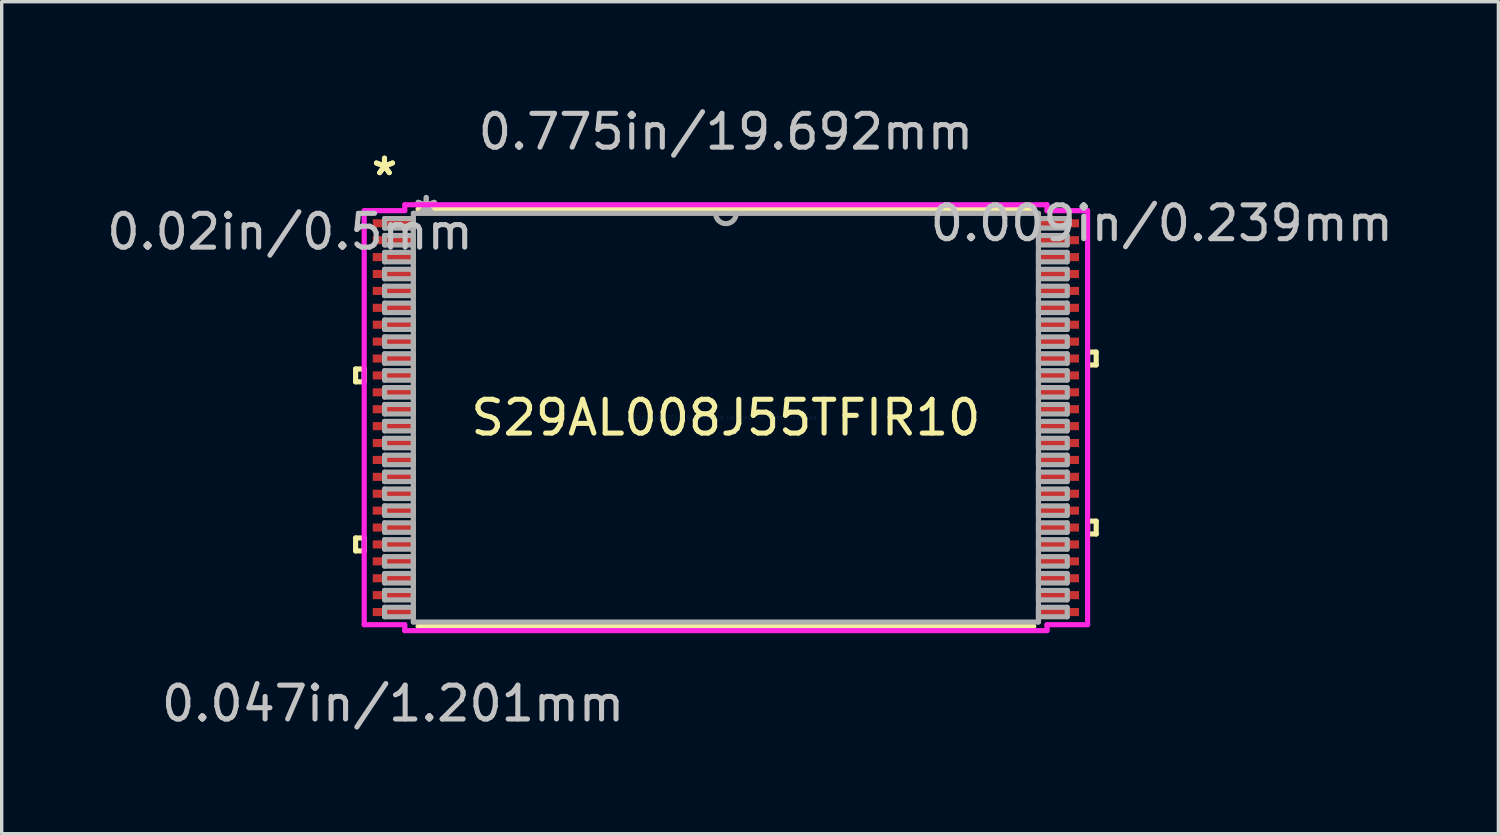
<source format=kicad_pcb>
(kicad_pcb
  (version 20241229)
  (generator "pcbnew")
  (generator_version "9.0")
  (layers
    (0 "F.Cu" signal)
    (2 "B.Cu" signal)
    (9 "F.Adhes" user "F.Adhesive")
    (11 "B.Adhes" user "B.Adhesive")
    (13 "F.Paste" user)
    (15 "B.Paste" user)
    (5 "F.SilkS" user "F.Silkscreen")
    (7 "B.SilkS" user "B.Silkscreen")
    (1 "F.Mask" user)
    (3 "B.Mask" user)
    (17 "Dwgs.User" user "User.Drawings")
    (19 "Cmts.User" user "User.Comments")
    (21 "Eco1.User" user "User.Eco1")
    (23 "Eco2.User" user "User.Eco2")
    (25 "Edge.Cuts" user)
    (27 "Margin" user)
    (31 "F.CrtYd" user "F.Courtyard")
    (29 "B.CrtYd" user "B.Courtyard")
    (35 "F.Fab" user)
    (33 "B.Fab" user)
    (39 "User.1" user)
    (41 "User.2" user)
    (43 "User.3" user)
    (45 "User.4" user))
  (footprint "S29AL008J55TFIR10"
    (layer "F.Cu")
    (at 18.424 9.306)
    (property "Reference" "S29AL008J55TFIR10" (at 0 0 0) (layer "F.SilkS") (effects (font (size 1 1) (thickness 0.15))))
    (attr through_hole)
    (fp_line (start -10.954 -1.44) (end -10.954 -1.06) (stroke (width 0.152) (type solid)) (layer "F.SilkS"))
    (fp_line (start -10.954 -1.06) (end -10.7 -1.06) (stroke (width 0.152) (type solid)) (layer "F.SilkS"))
    (fp_line (start -10.954 3.559) (end -10.954 3.941) (stroke (width 0.152) (type solid)) (layer "F.SilkS"))
    (fp_line (start -10.954 3.941) (end -10.7 3.941) (stroke (width 0.152) (type solid)) (layer "F.SilkS"))
    (fp_line (start -10.7 -1.44) (end -10.954 -1.44) (stroke (width 0.152) (type solid)) (layer "F.SilkS"))
    (fp_line (start -10.7 -1.06) (end -10.7 -1.44) (stroke (width 0.152) (type solid)) (layer "F.SilkS"))
    (fp_line (start -10.7 3.559) (end -10.954 3.559) (stroke (width 0.152) (type solid)) (layer "F.SilkS"))
    (fp_line (start -10.7 3.941) (end -10.7 3.559) (stroke (width 0.152) (type solid)) (layer "F.SilkS"))
    (fp_line (start -9.107 6.172) (end 9.107 6.172) (stroke (width 0.152) (type solid)) (layer "F.SilkS"))
    (fp_line (start 9.107 -6.172) (end -9.107 -6.172) (stroke (width 0.152) (type solid)) (layer "F.SilkS"))
    (fp_line (start 10.7 -1.941) (end 10.954 -1.941) (stroke (width 0.152) (type solid)) (layer "F.SilkS"))
    (fp_line (start 10.7 -1.56) (end 10.7 -1.941) (stroke (width 0.152) (type solid)) (layer "F.SilkS"))
    (fp_line (start 10.7 3.06) (end 10.954 3.06) (stroke (width 0.152) (type solid)) (layer "F.SilkS"))
    (fp_line (start 10.7 3.441) (end 10.7 3.06) (stroke (width 0.152) (type solid)) (layer "F.SilkS"))
    (fp_line (start 10.954 -1.941) (end 10.954 -1.56) (stroke (width 0.152) (type solid)) (layer "F.SilkS"))
    (fp_line (start 10.954 -1.56) (end 10.7 -1.56) (stroke (width 0.152) (type solid)) (layer "F.SilkS"))
    (fp_line (start 10.954 3.06) (end 10.954 3.441) (stroke (width 0.152) (type solid)) (layer "F.SilkS"))
    (fp_line (start 10.954 3.441) (end 10.7 3.441) (stroke (width 0.152) (type solid)) (layer "F.SilkS"))
    (fp_line (start -10.7 -6.124) (end -9.5 -6.124) (stroke (width 0.152) (type solid)) (layer "F.CrtYd"))
    (fp_line (start -10.7 6.124) (end -10.7 -6.124) (stroke (width 0.152) (type solid)) (layer "F.CrtYd"))
    (fp_line (start -9.5 -6.299) (end 9.5 -6.299) (stroke (width 0.152) (type solid)) (layer "F.CrtYd"))
    (fp_line (start -9.5 -6.124) (end -9.5 -6.299) (stroke (width 0.152) (type solid)) (layer "F.CrtYd"))
    (fp_line (start -9.5 6.124) (end -10.7 6.124) (stroke (width 0.152) (type solid)) (layer "F.CrtYd"))
    (fp_line (start -9.5 6.299) (end -9.5 6.124) (stroke (width 0.152) (type solid)) (layer "F.CrtYd"))
    (fp_line (start 9.5 -6.299) (end 9.5 -6.124) (stroke (width 0.152) (type solid)) (layer "F.CrtYd"))
    (fp_line (start 9.5 -6.124) (end 10.7 -6.124) (stroke (width 0.152) (type solid)) (layer "F.CrtYd"))
    (fp_line (start 9.5 6.124) (end 9.5 6.299) (stroke (width 0.152) (type solid)) (layer "F.CrtYd"))
    (fp_line (start 9.5 6.299) (end -9.5 6.299) (stroke (width 0.152) (type solid)) (layer "F.CrtYd"))
    (fp_line (start 10.7 -6.124) (end 10.7 6.124) (stroke (width 0.152) (type solid)) (layer "F.CrtYd"))
    (fp_line (start 10.7 6.124) (end 9.5 6.124) (stroke (width 0.152) (type solid)) (layer "F.CrtYd"))
    (fp_line (start -10.097 -5.89) (end -10.097 -5.61) (stroke (width 0.152) (type solid)) (layer "F.Fab"))
    (fp_line (start -10.097 -5.61) (end -9.246 -5.61) (stroke (width 0.152) (type solid)) (layer "F.Fab"))
    (fp_line (start -10.097 -5.39) (end -10.097 -5.11) (stroke (width 0.152) (type solid)) (layer "F.Fab"))
    (fp_line (start -10.097 -5.11) (end -9.246 -5.11) (stroke (width 0.152) (type solid)) (layer "F.Fab"))
    (fp_line (start -10.097 -4.89) (end -10.097 -4.61) (stroke (width 0.152) (type solid)) (layer "F.Fab"))
    (fp_line (start -10.097 -4.61) (end -9.246 -4.61) (stroke (width 0.152) (type solid)) (layer "F.Fab"))
    (fp_line (start -10.097 -4.39) (end -10.097 -4.11) (stroke (width 0.152) (type solid)) (layer "F.Fab"))
    (fp_line (start -10.097 -4.11) (end -9.246 -4.11) (stroke (width 0.152) (type solid)) (layer "F.Fab"))
    (fp_line (start -10.097 -3.89) (end -10.097 -3.61) (stroke (width 0.152) (type solid)) (layer "F.Fab"))
    (fp_line (start -10.097 -3.61) (end -9.246 -3.61) (stroke (width 0.152) (type solid)) (layer "F.Fab"))
    (fp_line (start -10.097 -3.39) (end -10.097 -3.11) (stroke (width 0.152) (type solid)) (layer "F.Fab"))
    (fp_line (start -10.097 -3.11) (end -9.246 -3.11) (stroke (width 0.152) (type solid)) (layer "F.Fab"))
    (fp_line (start -10.097 -2.89) (end -10.097 -2.61) (stroke (width 0.152) (type solid)) (layer "F.Fab"))
    (fp_line (start -10.097 -2.61) (end -9.246 -2.61) (stroke (width 0.152) (type solid)) (layer "F.Fab"))
    (fp_line (start -10.097 -2.39) (end -10.097 -2.11) (stroke (width 0.152) (type solid)) (layer "F.Fab"))
    (fp_line (start -10.097 -2.11) (end -9.246 -2.11) (stroke (width 0.152) (type solid)) (layer "F.Fab"))
    (fp_line (start -10.097 -1.89) (end -10.097 -1.61) (stroke (width 0.152) (type solid)) (layer "F.Fab"))
    (fp_line (start -10.097 -1.61) (end -9.246 -1.61) (stroke (width 0.152) (type solid)) (layer "F.Fab"))
    (fp_line (start -10.097 -1.39) (end -10.097 -1.11) (stroke (width 0.152) (type solid)) (layer "F.Fab"))
    (fp_line (start -10.097 -1.11) (end -9.246 -1.11) (stroke (width 0.152) (type solid)) (layer "F.Fab"))
    (fp_line (start -10.097 -0.89) (end -10.097 -0.61) (stroke (width 0.152) (type solid)) (layer "F.Fab"))
    (fp_line (start -10.097 -0.61) (end -9.246 -0.61) (stroke (width 0.152) (type solid)) (layer "F.Fab"))
    (fp_line (start -10.097 -0.39) (end -10.097 -0.11) (stroke (width 0.152) (type solid)) (layer "F.Fab"))
    (fp_line (start -10.097 -0.11) (end -9.246 -0.11) (stroke (width 0.152) (type solid)) (layer "F.Fab"))
    (fp_line (start -10.097 0.11) (end -10.097 0.39) (stroke (width 0.152) (type solid)) (layer "F.Fab"))
    (fp_line (start -10.097 0.39) (end -9.246 0.39) (stroke (width 0.152) (type solid)) (layer "F.Fab"))
    (fp_line (start -10.097 0.61) (end -10.097 0.89) (stroke (width 0.152) (type solid)) (layer "F.Fab"))
    (fp_line (start -10.097 0.89) (end -9.246 0.89) (stroke (width 0.152) (type solid)) (layer "F.Fab"))
    (fp_line (start -10.097 1.11) (end -10.097 1.39) (stroke (width 0.152) (type solid)) (layer "F.Fab"))
    (fp_line (start -10.097 1.39) (end -9.246 1.39) (stroke (width 0.152) (type solid)) (layer "F.Fab"))
    (fp_line (start -10.097 1.61) (end -10.097 1.89) (stroke (width 0.152) (type solid)) (layer "F.Fab"))
    (fp_line (start -10.097 1.89) (end -9.246 1.89) (stroke (width 0.152) (type solid)) (layer "F.Fab"))
    (fp_line (start -10.097 2.11) (end -10.097 2.39) (stroke (width 0.152) (type solid)) (layer "F.Fab"))
    (fp_line (start -10.097 2.39) (end -9.246 2.39) (stroke (width 0.152) (type solid)) (layer "F.Fab"))
    (fp_line (start -10.097 2.61) (end -10.097 2.89) (stroke (width 0.152) (type solid)) (layer "F.Fab"))
    (fp_line (start -10.097 2.89) (end -9.246 2.89) (stroke (width 0.152) (type solid)) (layer "F.Fab"))
    (fp_line (start -10.097 3.11) (end -10.097 3.39) (stroke (width 0.152) (type solid)) (layer "F.Fab"))
    (fp_line (start -10.097 3.39) (end -9.246 3.39) (stroke (width 0.152) (type solid)) (layer "F.Fab"))
    (fp_line (start -10.097 3.61) (end -10.097 3.89) (stroke (width 0.152) (type solid)) (layer "F.Fab"))
    (fp_line (start -10.097 3.89) (end -9.246 3.89) (stroke (width 0.152) (type solid)) (layer "F.Fab"))
    (fp_line (start -10.097 4.11) (end -10.097 4.39) (stroke (width 0.152) (type solid)) (layer "F.Fab"))
    (fp_line (start -10.097 4.39) (end -9.246 4.39) (stroke (width 0.152) (type solid)) (layer "F.Fab"))
    (fp_line (start -10.097 4.61) (end -10.097 4.89) (stroke (width 0.152) (type solid)) (layer "F.Fab"))
    (fp_line (start -10.097 4.89) (end -9.246 4.89) (stroke (width 0.152) (type solid)) (layer "F.Fab"))
    (fp_line (start -10.097 5.11) (end -10.097 5.39) (stroke (width 0.152) (type solid)) (layer "F.Fab"))
    (fp_line (start -10.097 5.39) (end -9.246 5.39) (stroke (width 0.152) (type solid)) (layer "F.Fab"))
    (fp_line (start -10.097 5.61) (end -10.097 5.89) (stroke (width 0.152) (type solid)) (layer "F.Fab"))
    (fp_line (start -10.097 5.89) (end -9.246 5.89) (stroke (width 0.152) (type solid)) (layer "F.Fab"))
    (fp_line (start -9.246 -6.045) (end -9.246 6.045) (stroke (width 0.152) (type solid)) (layer "F.Fab"))
    (fp_line (start -9.246 -5.89) (end -10.097 -5.89) (stroke (width 0.152) (type solid)) (layer "F.Fab"))
    (fp_line (start -9.246 -5.61) (end -9.246 -5.89) (stroke (width 0.152) (type solid)) (layer "F.Fab"))
    (fp_line (start -9.246 -5.39) (end -10.097 -5.39) (stroke (width 0.152) (type solid)) (layer "F.Fab"))
    (fp_line (start -9.246 -5.11) (end -9.246 -5.39) (stroke (width 0.152) (type solid)) (layer "F.Fab"))
    (fp_line (start -9.246 -4.89) (end -10.097 -4.89) (stroke (width 0.152) (type solid)) (layer "F.Fab"))
    (fp_line (start -9.246 -4.61) (end -9.246 -4.89) (stroke (width 0.152) (type solid)) (layer "F.Fab"))
    (fp_line (start -9.246 -4.39) (end -10.097 -4.39) (stroke (width 0.152) (type solid)) (layer "F.Fab"))
    (fp_line (start -9.246 -4.11) (end -9.246 -4.39) (stroke (width 0.152) (type solid)) (layer "F.Fab"))
    (fp_line (start -9.246 -3.89) (end -10.097 -3.89) (stroke (width 0.152) (type solid)) (layer "F.Fab"))
    (fp_line (start -9.246 -3.61) (end -9.246 -3.89) (stroke (width 0.152) (type solid)) (layer "F.Fab"))
    (fp_line (start -9.246 -3.39) (end -10.097 -3.39) (stroke (width 0.152) (type solid)) (layer "F.Fab"))
    (fp_line (start -9.246 -3.11) (end -9.246 -3.39) (stroke (width 0.152) (type solid)) (layer "F.Fab"))
    (fp_line (start -9.246 -2.89) (end -10.097 -2.89) (stroke (width 0.152) (type solid)) (layer "F.Fab"))
    (fp_line (start -9.246 -2.61) (end -9.246 -2.89) (stroke (width 0.152) (type solid)) (layer "F.Fab"))
    (fp_line (start -9.246 -2.39) (end -10.097 -2.39) (stroke (width 0.152) (type solid)) (layer "F.Fab"))
    (fp_line (start -9.246 -2.11) (end -9.246 -2.39) (stroke (width 0.152) (type solid)) (layer "F.Fab"))
    (fp_line (start -9.246 -1.89) (end -10.097 -1.89) (stroke (width 0.152) (type solid)) (layer "F.Fab"))
    (fp_line (start -9.246 -1.61) (end -9.246 -1.89) (stroke (width 0.152) (type solid)) (layer "F.Fab"))
    (fp_line (start -9.246 -1.39) (end -10.097 -1.39) (stroke (width 0.152) (type solid)) (layer "F.Fab"))
    (fp_line (start -9.246 -1.11) (end -9.246 -1.39) (stroke (width 0.152) (type solid)) (layer "F.Fab"))
    (fp_line (start -9.246 -0.89) (end -10.097 -0.89) (stroke (width 0.152) (type solid)) (layer "F.Fab"))
    (fp_line (start -9.246 -0.61) (end -9.246 -0.89) (stroke (width 0.152) (type solid)) (layer "F.Fab"))
    (fp_line (start -9.246 -0.39) (end -10.097 -0.39) (stroke (width 0.152) (type solid)) (layer "F.Fab"))
    (fp_line (start -9.246 -0.11) (end -9.246 -0.39) (stroke (width 0.152) (type solid)) (layer "F.Fab"))
    (fp_line (start -9.246 0.11) (end -10.097 0.11) (stroke (width 0.152) (type solid)) (layer "F.Fab"))
    (fp_line (start -9.246 0.39) (end -9.246 0.11) (stroke (width 0.152) (type solid)) (layer "F.Fab"))
    (fp_line (start -9.246 0.61) (end -10.097 0.61) (stroke (width 0.152) (type solid)) (layer "F.Fab"))
    (fp_line (start -9.246 0.89) (end -9.246 0.61) (stroke (width 0.152) (type solid)) (layer "F.Fab"))
    (fp_line (start -9.246 1.11) (end -10.097 1.11) (stroke (width 0.152) (type solid)) (layer "F.Fab"))
    (fp_line (start -9.246 1.39) (end -9.246 1.11) (stroke (width 0.152) (type solid)) (layer "F.Fab"))
    (fp_line (start -9.246 1.61) (end -10.097 1.61) (stroke (width 0.152) (type solid)) (layer "F.Fab"))
    (fp_line (start -9.246 1.89) (end -9.246 1.61) (stroke (width 0.152) (type solid)) (layer "F.Fab"))
    (fp_line (start -9.246 2.11) (end -10.097 2.11) (stroke (width 0.152) (type solid)) (layer "F.Fab"))
    (fp_line (start -9.246 2.39) (end -9.246 2.11) (stroke (width 0.152) (type solid)) (layer "F.Fab"))
    (fp_line (start -9.246 2.61) (end -10.097 2.61) (stroke (width 0.152) (type solid)) (layer "F.Fab"))
    (fp_line (start -9.246 2.89) (end -9.246 2.61) (stroke (width 0.152) (type solid)) (layer "F.Fab"))
    (fp_line (start -9.246 3.11) (end -10.097 3.11) (stroke (width 0.152) (type solid)) (layer "F.Fab"))
    (fp_line (start -9.246 3.39) (end -9.246 3.11) (stroke (width 0.152) (type solid)) (layer "F.Fab"))
    (fp_line (start -9.246 3.61) (end -10.097 3.61) (stroke (width 0.152) (type solid)) (layer "F.Fab"))
    (fp_line (start -9.246 3.89) (end -9.246 3.61) (stroke (width 0.152) (type solid)) (layer "F.Fab"))
    (fp_line (start -9.246 4.11) (end -10.097 4.11) (stroke (width 0.152) (type solid)) (layer "F.Fab"))
    (fp_line (start -9.246 4.39) (end -9.246 4.11) (stroke (width 0.152) (type solid)) (layer "F.Fab"))
    (fp_line (start -9.246 4.61) (end -10.097 4.61) (stroke (width 0.152) (type solid)) (layer "F.Fab"))
    (fp_line (start -9.246 4.89) (end -9.246 4.61) (stroke (width 0.152) (type solid)) (layer "F.Fab"))
    (fp_line (start -9.246 5.11) (end -10.097 5.11) (stroke (width 0.152) (type solid)) (layer "F.Fab"))
    (fp_line (start -9.246 5.39) (end -9.246 5.11) (stroke (width 0.152) (type solid)) (layer "F.Fab"))
    (fp_line (start -9.246 5.61) (end -10.097 5.61) (stroke (width 0.152) (type solid)) (layer "F.Fab"))
    (fp_line (start -9.246 5.89) (end -9.246 5.61) (stroke (width 0.152) (type solid)) (layer "F.Fab"))
    (fp_line (start -9.246 6.045) (end 9.246 6.045) (stroke (width 0.152) (type solid)) (layer "F.Fab"))
    (fp_line (start 9.246 -6.045) (end -9.246 -6.045) (stroke (width 0.152) (type solid)) (layer "F.Fab"))
    (fp_line (start 9.246 -5.89) (end 9.246 -5.61) (stroke (width 0.152) (type solid)) (layer "F.Fab"))
    (fp_line (start 9.246 -5.61) (end 10.097 -5.61) (stroke (width 0.152) (type solid)) (layer "F.Fab"))
    (fp_line (start 9.246 -5.39) (end 9.246 -5.11) (stroke (width 0.152) (type solid)) (layer "F.Fab"))
    (fp_line (start 9.246 -5.11) (end 10.097 -5.11) (stroke (width 0.152) (type solid)) (layer "F.Fab"))
    (fp_line (start 9.246 -4.89) (end 9.246 -4.61) (stroke (width 0.152) (type solid)) (layer "F.Fab"))
    (fp_line (start 9.246 -4.61) (end 10.097 -4.61) (stroke (width 0.152) (type solid)) (layer "F.Fab"))
    (fp_line (start 9.246 -4.39) (end 9.246 -4.11) (stroke (width 0.152) (type solid)) (layer "F.Fab"))
    (fp_line (start 9.246 -4.11) (end 10.097 -4.11) (stroke (width 0.152) (type solid)) (layer "F.Fab"))
    (fp_line (start 9.246 -3.89) (end 9.246 -3.61) (stroke (width 0.152) (type solid)) (layer "F.Fab"))
    (fp_line (start 9.246 -3.61) (end 10.097 -3.61) (stroke (width 0.152) (type solid)) (layer "F.Fab"))
    (fp_line (start 9.246 -3.39) (end 9.246 -3.11) (stroke (width 0.152) (type solid)) (layer "F.Fab"))
    (fp_line (start 9.246 -3.11) (end 10.097 -3.11) (stroke (width 0.152) (type solid)) (layer "F.Fab"))
    (fp_line (start 9.246 -2.89) (end 9.246 -2.61) (stroke (width 0.152) (type solid)) (layer "F.Fab"))
    (fp_line (start 9.246 -2.61) (end 10.097 -2.61) (stroke (width 0.152) (type solid)) (layer "F.Fab"))
    (fp_line (start 9.246 -2.39) (end 9.246 -2.11) (stroke (width 0.152) (type solid)) (layer "F.Fab"))
    (fp_line (start 9.246 -2.11) (end 10.097 -2.11) (stroke (width 0.152) (type solid)) (layer "F.Fab"))
    (fp_line (start 9.246 -1.89) (end 9.246 -1.61) (stroke (width 0.152) (type solid)) (layer "F.Fab"))
    (fp_line (start 9.246 -1.61) (end 10.097 -1.61) (stroke (width 0.152) (type solid)) (layer "F.Fab"))
    (fp_line (start 9.246 -1.39) (end 9.246 -1.11) (stroke (width 0.152) (type solid)) (layer "F.Fab"))
    (fp_line (start 9.246 -1.11) (end 10.097 -1.11) (stroke (width 0.152) (type solid)) (layer "F.Fab"))
    (fp_line (start 9.246 -0.89) (end 9.246 -0.61) (stroke (width 0.152) (type solid)) (layer "F.Fab"))
    (fp_line (start 9.246 -0.61) (end 10.097 -0.61) (stroke (width 0.152) (type solid)) (layer "F.Fab"))
    (fp_line (start 9.246 -0.39) (end 9.246 -0.11) (stroke (width 0.152) (type solid)) (layer "F.Fab"))
    (fp_line (start 9.246 -0.11) (end 10.097 -0.11) (stroke (width 0.152) (type solid)) (layer "F.Fab"))
    (fp_line (start 9.246 0.11) (end 9.246 0.39) (stroke (width 0.152) (type solid)) (layer "F.Fab"))
    (fp_line (start 9.246 0.39) (end 10.097 0.39) (stroke (width 0.152) (type solid)) (layer "F.Fab"))
    (fp_line (start 9.246 0.61) (end 9.246 0.89) (stroke (width 0.152) (type solid)) (layer "F.Fab"))
    (fp_line (start 9.246 0.89) (end 10.097 0.89) (stroke (width 0.152) (type solid)) (layer "F.Fab"))
    (fp_line (start 9.246 1.11) (end 9.246 1.39) (stroke (width 0.152) (type solid)) (layer "F.Fab"))
    (fp_line (start 9.246 1.39) (end 10.097 1.39) (stroke (width 0.152) (type solid)) (layer "F.Fab"))
    (fp_line (start 9.246 1.61) (end 9.246 1.89) (stroke (width 0.152) (type solid)) (layer "F.Fab"))
    (fp_line (start 9.246 1.89) (end 10.097 1.89) (stroke (width 0.152) (type solid)) (layer "F.Fab"))
    (fp_line (start 9.246 2.11) (end 9.246 2.39) (stroke (width 0.152) (type solid)) (layer "F.Fab"))
    (fp_line (start 9.246 2.39) (end 10.097 2.39) (stroke (width 0.152) (type solid)) (layer "F.Fab"))
    (fp_line (start 9.246 2.61) (end 9.246 2.89) (stroke (width 0.152) (type solid)) (layer "F.Fab"))
    (fp_line (start 9.246 2.89) (end 10.097 2.89) (stroke (width 0.152) (type solid)) (layer "F.Fab"))
    (fp_line (start 9.246 3.11) (end 9.246 3.39) (stroke (width 0.152) (type solid)) (layer "F.Fab"))
    (fp_line (start 9.246 3.39) (end 10.097 3.39) (stroke (width 0.152) (type solid)) (layer "F.Fab"))
    (fp_line (start 9.246 3.61) (end 9.246 3.89) (stroke (width 0.152) (type solid)) (layer "F.Fab"))
    (fp_line (start 9.246 3.89) (end 10.097 3.89) (stroke (width 0.152) (type solid)) (layer "F.Fab"))
    (fp_line (start 9.246 4.11) (end 9.246 4.39) (stroke (width 0.152) (type solid)) (layer "F.Fab"))
    (fp_line (start 9.246 4.39) (end 10.097 4.39) (stroke (width 0.152) (type solid)) (layer "F.Fab"))
    (fp_line (start 9.246 4.61) (end 9.246 4.89) (stroke (width 0.152) (type solid)) (layer "F.Fab"))
    (fp_line (start 9.246 4.89) (end 10.097 4.89) (stroke (width 0.152) (type solid)) (layer "F.Fab"))
    (fp_line (start 9.246 5.11) (end 9.246 5.39) (stroke (width 0.152) (type solid)) (layer "F.Fab"))
    (fp_line (start 9.246 5.39) (end 10.097 5.39) (stroke (width 0.152) (type solid)) (layer "F.Fab"))
    (fp_line (start 9.246 5.61) (end 9.246 5.89) (stroke (width 0.152) (type solid)) (layer "F.Fab"))
    (fp_line (start 9.246 5.89) (end 10.097 5.89) (stroke (width 0.152) (type solid)) (layer "F.Fab"))
    (fp_line (start 9.246 6.045) (end 9.246 -6.045) (stroke (width 0.152) (type solid)) (layer "F.Fab"))
    (fp_line (start 10.097 -5.89) (end 9.246 -5.89) (stroke (width 0.152) (type solid)) (layer "F.Fab"))
    (fp_line (start 10.097 -5.61) (end 10.097 -5.89) (stroke (width 0.152) (type solid)) (layer "F.Fab"))
    (fp_line (start 10.097 -5.39) (end 9.246 -5.39) (stroke (width 0.152) (type solid)) (layer "F.Fab"))
    (fp_line (start 10.097 -5.11) (end 10.097 -5.39) (stroke (width 0.152) (type solid)) (layer "F.Fab"))
    (fp_line (start 10.097 -4.89) (end 9.246 -4.89) (stroke (width 0.152) (type solid)) (layer "F.Fab"))
    (fp_line (start 10.097 -4.61) (end 10.097 -4.89) (stroke (width 0.152) (type solid)) (layer "F.Fab"))
    (fp_line (start 10.097 -4.39) (end 9.246 -4.39) (stroke (width 0.152) (type solid)) (layer "F.Fab"))
    (fp_line (start 10.097 -4.11) (end 10.097 -4.39) (stroke (width 0.152) (type solid)) (layer "F.Fab"))
    (fp_line (start 10.097 -3.89) (end 9.246 -3.89) (stroke (width 0.152) (type solid)) (layer "F.Fab"))
    (fp_line (start 10.097 -3.61) (end 10.097 -3.89) (stroke (width 0.152) (type solid)) (layer "F.Fab"))
    (fp_line (start 10.097 -3.39) (end 9.246 -3.39) (stroke (width 0.152) (type solid)) (layer "F.Fab"))
    (fp_line (start 10.097 -3.11) (end 10.097 -3.39) (stroke (width 0.152) (type solid)) (layer "F.Fab"))
    (fp_line (start 10.097 -2.89) (end 9.246 -2.89) (stroke (width 0.152) (type solid)) (layer "F.Fab"))
    (fp_line (start 10.097 -2.61) (end 10.097 -2.89) (stroke (width 0.152) (type solid)) (layer "F.Fab"))
    (fp_line (start 10.097 -2.39) (end 9.246 -2.39) (stroke (width 0.152) (type solid)) (layer "F.Fab"))
    (fp_line (start 10.097 -2.11) (end 10.097 -2.39) (stroke (width 0.152) (type solid)) (layer "F.Fab"))
    (fp_line (start 10.097 -1.89) (end 9.246 -1.89) (stroke (width 0.152) (type solid)) (layer "F.Fab"))
    (fp_line (start 10.097 -1.61) (end 10.097 -1.89) (stroke (width 0.152) (type solid)) (layer "F.Fab"))
    (fp_line (start 10.097 -1.39) (end 9.246 -1.39) (stroke (width 0.152) (type solid)) (layer "F.Fab"))
    (fp_line (start 10.097 -1.11) (end 10.097 -1.39) (stroke (width 0.152) (type solid)) (layer "F.Fab"))
    (fp_line (start 10.097 -0.89) (end 9.246 -0.89) (stroke (width 0.152) (type solid)) (layer "F.Fab"))
    (fp_line (start 10.097 -0.61) (end 10.097 -0.89) (stroke (width 0.152) (type solid)) (layer "F.Fab"))
    (fp_line (start 10.097 -0.39) (end 9.246 -0.39) (stroke (width 0.152) (type solid)) (layer "F.Fab"))
    (fp_line (start 10.097 -0.11) (end 10.097 -0.39) (stroke (width 0.152) (type solid)) (layer "F.Fab"))
    (fp_line (start 10.097 0.11) (end 9.246 0.11) (stroke (width 0.152) (type solid)) (layer "F.Fab"))
    (fp_line (start 10.097 0.39) (end 10.097 0.11) (stroke (width 0.152) (type solid)) (layer "F.Fab"))
    (fp_line (start 10.097 0.61) (end 9.246 0.61) (stroke (width 0.152) (type solid)) (layer "F.Fab"))
    (fp_line (start 10.097 0.89) (end 10.097 0.61) (stroke (width 0.152) (type solid)) (layer "F.Fab"))
    (fp_line (start 10.097 1.11) (end 9.246 1.11) (stroke (width 0.152) (type solid)) (layer "F.Fab"))
    (fp_line (start 10.097 1.39) (end 10.097 1.11) (stroke (width 0.152) (type solid)) (layer "F.Fab"))
    (fp_line (start 10.097 1.61) (end 9.246 1.61) (stroke (width 0.152) (type solid)) (layer "F.Fab"))
    (fp_line (start 10.097 1.89) (end 10.097 1.61) (stroke (width 0.152) (type solid)) (layer "F.Fab"))
    (fp_line (start 10.097 2.11) (end 9.246 2.11) (stroke (width 0.152) (type solid)) (layer "F.Fab"))
    (fp_line (start 10.097 2.39) (end 10.097 2.11) (stroke (width 0.152) (type solid)) (layer "F.Fab"))
    (fp_line (start 10.097 2.61) (end 9.246 2.61) (stroke (width 0.152) (type solid)) (layer "F.Fab"))
    (fp_line (start 10.097 2.89) (end 10.097 2.61) (stroke (width 0.152) (type solid)) (layer "F.Fab"))
    (fp_line (start 10.097 3.11) (end 9.246 3.11) (stroke (width 0.152) (type solid)) (layer "F.Fab"))
    (fp_line (start 10.097 3.39) (end 10.097 3.11) (stroke (width 0.152) (type solid)) (layer "F.Fab"))
    (fp_line (start 10.097 3.61) (end 9.246 3.61) (stroke (width 0.152) (type solid)) (layer "F.Fab"))
    (fp_line (start 10.097 3.89) (end 10.097 3.61) (stroke (width 0.152) (type solid)) (layer "F.Fab"))
    (fp_line (start 10.097 4.11) (end 9.246 4.11) (stroke (width 0.152) (type solid)) (layer "F.Fab"))
    (fp_line (start 10.097 4.39) (end 10.097 4.11) (stroke (width 0.152) (type solid)) (layer "F.Fab"))
    (fp_line (start 10.097 4.61) (end 9.246 4.61) (stroke (width 0.152) (type solid)) (layer "F.Fab"))
    (fp_line (start 10.097 4.89) (end 10.097 4.61) (stroke (width 0.152) (type solid)) (layer "F.Fab"))
    (fp_line (start 10.097 5.11) (end 9.246 5.11) (stroke (width 0.152) (type solid)) (layer "F.Fab"))
    (fp_line (start 10.097 5.39) (end 10.097 5.11) (stroke (width 0.152) (type solid)) (layer "F.Fab"))
    (fp_line (start 10.097 5.61) (end 9.246 5.61) (stroke (width 0.152) (type solid)) (layer "F.Fab"))
    (fp_line (start 10.097 5.89) (end 10.097 5.61) (stroke (width 0.152) (type solid)) (layer "F.Fab"))
    (fp_arc (start 0.3048 -6.0452) (mid 0 -5.7404) (end -0.3048 -6.0452) (stroke (width 0.1524) (type solid)) (layer "F.Fab"))
    (fp_text user "*" (at -10.1 -7.132 0) (layer "F.SilkS") (effects (font (size 1 1) (thickness 0.15))))
    (fp_text user "*" (at -10.1 -7.132 0) (layer "F.SilkS") (effects (font (size 1 1) (thickness 0.15))))
    (fp_text user "0.02in/0.5mm" (at -12.894 -5.5 0) (layer "Dwgs.User") (effects (font (size 1 1) (thickness 0.15))))
    (fp_text user "0.047in/1.201mm" (at -9.846 8.458 0) (layer "Dwgs.User") (effects (font (size 1 1) (thickness 0.15))))
    (fp_text user "0.775in/19.692mm" (at 0 -8.458 0) (layer "Dwgs.User") (effects (font (size 1 1) (thickness 0.15))))
    (fp_text user "0.009in/0.239mm" (at 12.894 -5.75 0) (layer "Dwgs.User") (effects (font (size 1 1) (thickness 0.15))))
    (fp_text user "Copyright 2016 Accelerated Designs. All rights reserved." (at 0 0 0) (layer "Cmts.User") (effects (font (size 0.127 0.127) (thickness 0.002))))
    (fp_text user "*" (at -8.865 -5.969 0) (layer "F.Fab") (effects (font (size 1 1) (thickness 0.15))))
    (fp_text user "*" (at -8.865 -5.969 0) (layer "F.Fab") (effects (font (size 1 1) (thickness 0.15))))
    (pad "1" smd rect (at -9.846 -5.75) (size 1.201 0.239) (layers "F.Cu" "F.Mask" "F.Paste"))
    (pad "2" smd rect (at -9.846 -5.25) (size 1.201 0.239) (layers "F.Cu" "F.Mask" "F.Paste"))
    (pad "3" smd rect (at -9.846 -4.75) (size 1.201 0.239) (layers "F.Cu" "F.Mask" "F.Paste"))
    (pad "4" smd rect (at -9.846 -4.25) (size 1.201 0.239) (layers "F.Cu" "F.Mask" "F.Paste"))
    (pad "5" smd rect (at -9.846 -3.75) (size 1.201 0.239) (layers "F.Cu" "F.Mask" "F.Paste"))
    (pad "6" smd rect (at -9.846 -3.25) (size 1.201 0.239) (layers "F.Cu" "F.Mask" "F.Paste"))
    (pad "7" smd rect (at -9.846 -2.75) (size 1.201 0.239) (layers "F.Cu" "F.Mask" "F.Paste"))
    (pad "8" smd rect (at -9.846 -2.25) (size 1.201 0.239) (layers "F.Cu" "F.Mask" "F.Paste"))
    (pad "9" smd rect (at -9.846 -1.75) (size 1.201 0.239) (layers "F.Cu" "F.Mask" "F.Paste"))
    (pad "10" smd rect (at -9.846 -1.25) (size 1.201 0.239) (layers "F.Cu" "F.Mask" "F.Paste"))
    (pad "11" smd rect (at -9.846 -0.75) (size 1.201 0.239) (layers "F.Cu" "F.Mask" "F.Paste"))
    (pad "12" smd rect (at -9.846 -0.25) (size 1.201 0.239) (layers "F.Cu" "F.Mask" "F.Paste"))
    (pad "13" smd rect (at -9.846 0.25) (size 1.201 0.239) (layers "F.Cu" "F.Mask" "F.Paste"))
    (pad "14" smd rect (at -9.846 0.75) (size 1.201 0.239) (layers "F.Cu" "F.Mask" "F.Paste"))
    (pad "15" smd rect (at -9.846 1.25) (size 1.201 0.239) (layers "F.Cu" "F.Mask" "F.Paste"))
    (pad "16" smd rect (at -9.846 1.75) (size 1.201 0.239) (layers "F.Cu" "F.Mask" "F.Paste"))
    (pad "17" smd rect (at -9.846 2.25) (size 1.201 0.239) (layers "F.Cu" "F.Mask" "F.Paste"))
    (pad "18" smd rect (at -9.846 2.75) (size 1.201 0.239) (layers "F.Cu" "F.Mask" "F.Paste"))
    (pad "19" smd rect (at -9.846 3.25) (size 1.201 0.239) (layers "F.Cu" "F.Mask" "F.Paste"))
    (pad "20" smd rect (at -9.846 3.75) (size 1.201 0.239) (layers "F.Cu" "F.Mask" "F.Paste"))
    (pad "21" smd rect (at -9.846 4.25) (size 1.201 0.239) (layers "F.Cu" "F.Mask" "F.Paste"))
    (pad "22" smd rect (at -9.846 4.75) (size 1.201 0.239) (layers "F.Cu" "F.Mask" "F.Paste"))
    (pad "23" smd rect (at -9.846 5.25) (size 1.201 0.239) (layers "F.Cu" "F.Mask" "F.Paste"))
    (pad "24" smd rect (at -9.846 5.75) (size 1.201 0.239) (layers "F.Cu" "F.Mask" "F.Paste"))
    (pad "25" smd rect (at 9.846 5.75) (size 1.201 0.239) (layers "F.Cu" "F.Mask" "F.Paste"))
    (pad "26" smd rect (at 9.846 5.25) (size 1.201 0.239) (layers "F.Cu" "F.Mask" "F.Paste"))
    (pad "27" smd rect (at 9.846 4.75) (size 1.201 0.239) (layers "F.Cu" "F.Mask" "F.Paste"))
    (pad "28" smd rect (at 9.846 4.25) (size 1.201 0.239) (layers "F.Cu" "F.Mask" "F.Paste"))
    (pad "29" smd rect (at 9.846 3.75) (size 1.201 0.239) (layers "F.Cu" "F.Mask" "F.Paste"))
    (pad "30" smd rect (at 9.846 3.25) (size 1.201 0.239) (layers "F.Cu" "F.Mask" "F.Paste"))
    (pad "31" smd rect (at 9.846 2.75) (size 1.201 0.239) (layers "F.Cu" "F.Mask" "F.Paste"))
    (pad "32" smd rect (at 9.846 2.25) (size 1.201 0.239) (layers "F.Cu" "F.Mask" "F.Paste"))
    (pad "33" smd rect (at 9.846 1.75) (size 1.201 0.239) (layers "F.Cu" "F.Mask" "F.Paste"))
    (pad "34" smd rect (at 9.846 1.25) (size 1.201 0.239) (layers "F.Cu" "F.Mask" "F.Paste"))
    (pad "35" smd rect (at 9.846 0.75) (size 1.201 0.239) (layers "F.Cu" "F.Mask" "F.Paste"))
    (pad "36" smd rect (at 9.846 0.25) (size 1.201 0.239) (layers "F.Cu" "F.Mask" "F.Paste"))
    (pad "37" smd rect (at 9.846 -0.25) (size 1.201 0.239) (layers "F.Cu" "F.Mask" "F.Paste"))
    (pad "38" smd rect (at 9.846 -0.75) (size 1.201 0.239) (layers "F.Cu" "F.Mask" "F.Paste"))
    (pad "39" smd rect (at 9.846 -1.25) (size 1.201 0.239) (layers "F.Cu" "F.Mask" "F.Paste"))
    (pad "40" smd rect (at 9.846 -1.75) (size 1.201 0.239) (layers "F.Cu" "F.Mask" "F.Paste"))
    (pad "41" smd rect (at 9.846 -2.25) (size 1.201 0.239) (layers "F.Cu" "F.Mask" "F.Paste"))
    (pad "42" smd rect (at 9.846 -2.75) (size 1.201 0.239) (layers "F.Cu" "F.Mask" "F.Paste"))
    (pad "43" smd rect (at 9.846 -3.25) (size 1.201 0.239) (layers "F.Cu" "F.Mask" "F.Paste"))
    (pad "44" smd rect (at 9.846 -3.75) (size 1.201 0.239) (layers "F.Cu" "F.Mask" "F.Paste"))
    (pad "45" smd rect (at 9.846 -4.25) (size 1.201 0.239) (layers "F.Cu" "F.Mask" "F.Paste"))
    (pad "46" smd rect (at 9.846 -4.75) (size 1.201 0.239) (layers "F.Cu" "F.Mask" "F.Paste"))
    (pad "47" smd rect (at 9.846 -5.25) (size 1.201 0.239) (layers "F.Cu" "F.Mask" "F.Paste"))
    (pad "48" smd rect (at 9.846 -5.75) (size 1.201 0.239) (layers "F.Cu" "F.Mask" "F.Paste")))
  (gr_rect
    (start -3 -3)
    (end 41.276 21.613)
    (stroke (width 0.1) (type default))
    (fill no)
    (layer "Edge.Cuts")))
</source>
